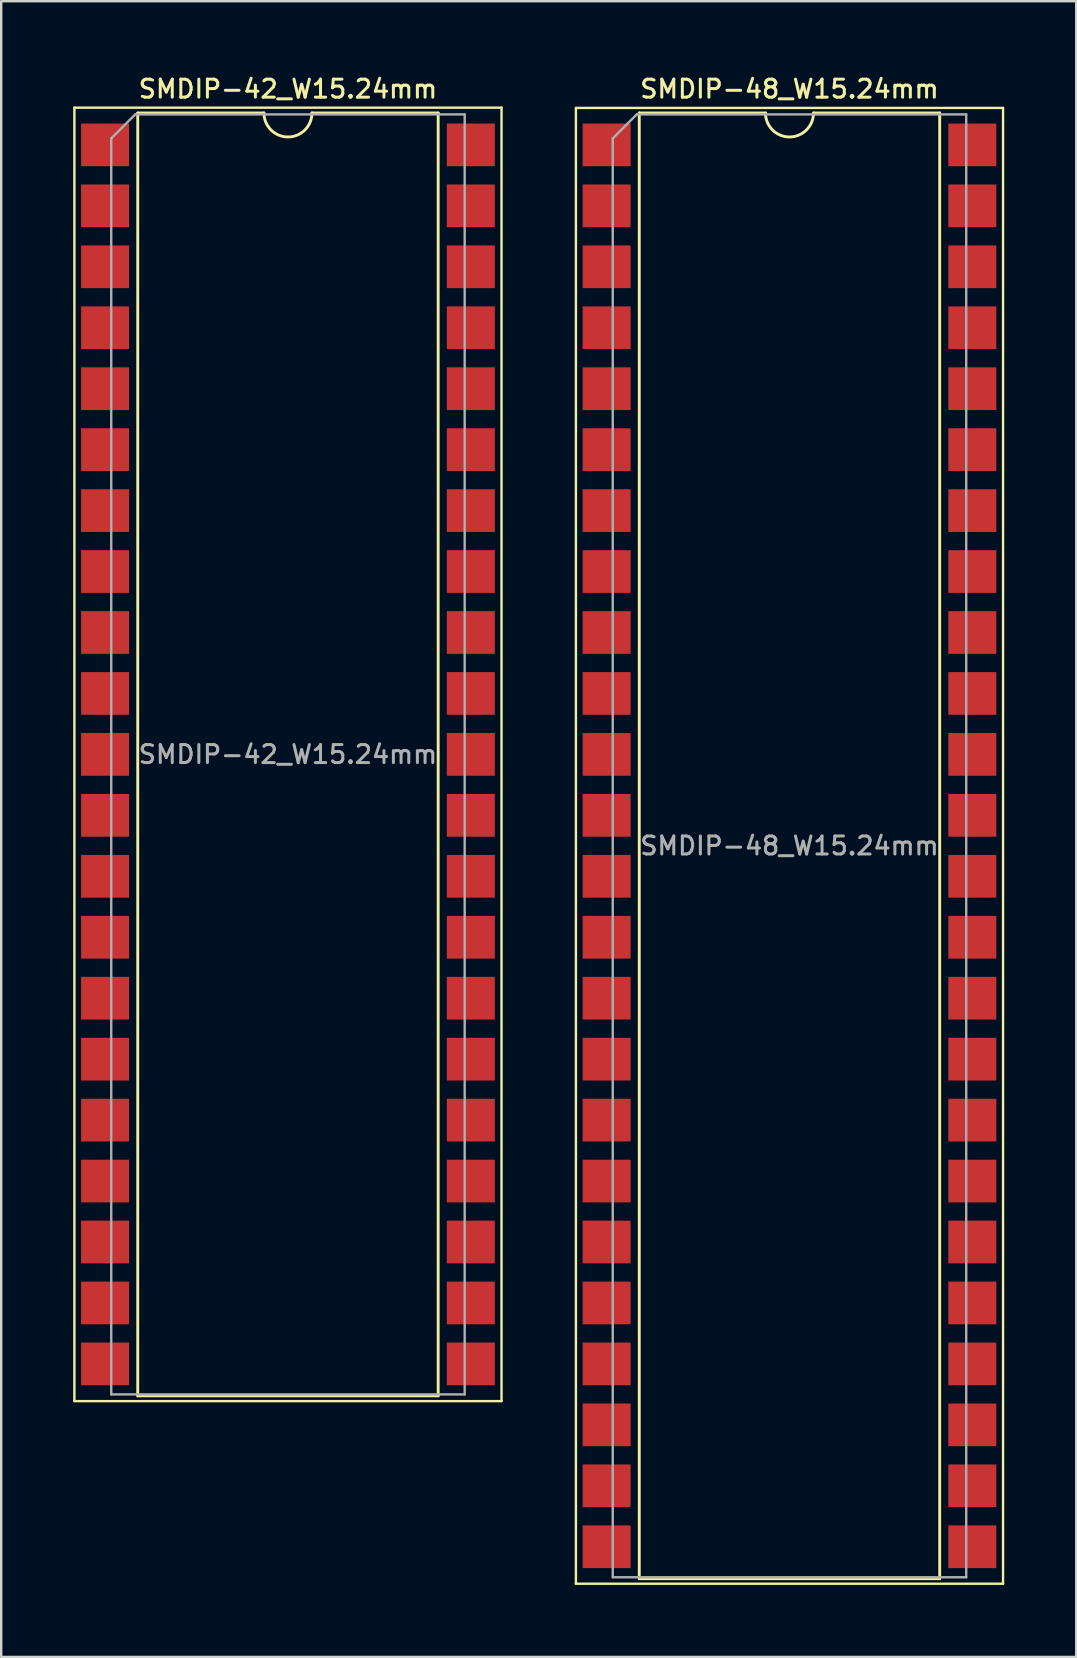
<source format=kicad_pcb>
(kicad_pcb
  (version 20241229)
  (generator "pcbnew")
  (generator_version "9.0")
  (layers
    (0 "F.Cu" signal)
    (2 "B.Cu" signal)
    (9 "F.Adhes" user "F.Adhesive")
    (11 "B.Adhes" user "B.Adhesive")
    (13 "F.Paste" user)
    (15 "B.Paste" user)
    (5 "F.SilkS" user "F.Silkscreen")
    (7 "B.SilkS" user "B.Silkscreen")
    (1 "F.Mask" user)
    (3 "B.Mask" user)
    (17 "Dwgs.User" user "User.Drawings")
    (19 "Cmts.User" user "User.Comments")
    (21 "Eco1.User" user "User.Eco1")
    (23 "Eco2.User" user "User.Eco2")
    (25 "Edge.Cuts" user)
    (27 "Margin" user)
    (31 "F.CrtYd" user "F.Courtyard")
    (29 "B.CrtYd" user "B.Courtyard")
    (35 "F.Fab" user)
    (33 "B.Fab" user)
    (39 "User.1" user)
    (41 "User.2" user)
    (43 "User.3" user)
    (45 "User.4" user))
  (footprint "SMDIP-42_W15.24mm"
    (layer "F.Cu")
    (at 8.95 28.388)
    (property "Reference" "SMDIP-42_W15.24mm" (at 0 -27.73 0) (layer "F.SilkS") (effects (font (size 0.75 0.75) (thickness 0.125))))
    (attr smd)
    (fp_line (start -8.9 -26.95) (end -8.9 26.95) (stroke (width 0.1) (type solid)) (layer "F.SilkS"))
    (fp_line (start -8.9 26.95) (end 8.9 26.95) (stroke (width 0.1) (type solid)) (layer "F.SilkS"))
    (fp_line (start -6.26 -26.73) (end -6.26 26.73) (stroke (width 0.12) (type solid)) (layer "F.SilkS"))
    (fp_line (start -6.26 26.73) (end 6.26 26.73) (stroke (width 0.12) (type solid)) (layer "F.SilkS"))
    (fp_line (start -1 -26.73) (end -6.26 -26.73) (stroke (width 0.12) (type solid)) (layer "F.SilkS"))
    (fp_line (start 6.26 -26.73) (end 1 -26.73) (stroke (width 0.12) (type solid)) (layer "F.SilkS"))
    (fp_line (start 6.26 26.73) (end 6.26 -26.73) (stroke (width 0.12) (type solid)) (layer "F.SilkS"))
    (fp_line (start 8.9 -26.95) (end -8.9 -26.95) (stroke (width 0.1) (type solid)) (layer "F.SilkS"))
    (fp_line (start 8.9 26.95) (end 8.9 -26.95) (stroke (width 0.1) (type solid)) (layer "F.SilkS"))
    (fp_arc (start 1 -26.73) (mid 0 -25.73) (end -1 -26.73) (stroke (width 0.12) (type solid)) (layer "F.SilkS"))
    (fp_line (start -7.365 -25.67) (end -6.365 -26.67) (stroke (width 0.1) (type solid)) (layer "F.Fab"))
    (fp_line (start -7.365 26.67) (end -7.365 -25.67) (stroke (width 0.1) (type solid)) (layer "F.Fab"))
    (fp_line (start -6.365 -26.67) (end 7.365 -26.67) (stroke (width 0.1) (type solid)) (layer "F.Fab"))
    (fp_line (start 7.365 -26.67) (end 7.365 26.67) (stroke (width 0.1) (type solid)) (layer "F.Fab"))
    (fp_line (start 7.365 26.67) (end -7.365 26.67) (stroke (width 0.1) (type solid)) (layer "F.Fab"))
    (fp_text user "${REFERENCE}" (at 0 0 0) (layer "F.Fab") (effects (font (size 0.75 0.75) (thickness 0.125))))
    (pad "1" smd rect (at -7.62 -25.4) (size 2 1.78) (layers "F.Cu" "F.Mask" "F.Paste"))
    (pad "2" smd rect (at -7.62 -22.86) (size 2 1.78) (layers "F.Cu" "F.Mask" "F.Paste"))
    (pad "3" smd rect (at -7.62 -20.32) (size 2 1.78) (layers "F.Cu" "F.Mask" "F.Paste"))
    (pad "4" smd rect (at -7.62 -17.78) (size 2 1.78) (layers "F.Cu" "F.Mask" "F.Paste"))
    (pad "5" smd rect (at -7.62 -15.24) (size 2 1.78) (layers "F.Cu" "F.Mask" "F.Paste"))
    (pad "6" smd rect (at -7.62 -12.7) (size 2 1.78) (layers "F.Cu" "F.Mask" "F.Paste"))
    (pad "7" smd rect (at -7.62 -10.16) (size 2 1.78) (layers "F.Cu" "F.Mask" "F.Paste"))
    (pad "8" smd rect (at -7.62 -7.62) (size 2 1.78) (layers "F.Cu" "F.Mask" "F.Paste"))
    (pad "9" smd rect (at -7.62 -5.08) (size 2 1.78) (layers "F.Cu" "F.Mask" "F.Paste"))
    (pad "10" smd rect (at -7.62 -2.54) (size 2 1.78) (layers "F.Cu" "F.Mask" "F.Paste"))
    (pad "11" smd rect (at -7.62 0) (size 2 1.78) (layers "F.Cu" "F.Mask" "F.Paste"))
    (pad "12" smd rect (at -7.62 2.54) (size 2 1.78) (layers "F.Cu" "F.Mask" "F.Paste"))
    (pad "13" smd rect (at -7.62 5.08) (size 2 1.78) (layers "F.Cu" "F.Mask" "F.Paste"))
    (pad "14" smd rect (at -7.62 7.62) (size 2 1.78) (layers "F.Cu" "F.Mask" "F.Paste"))
    (pad "15" smd rect (at -7.62 10.16) (size 2 1.78) (layers "F.Cu" "F.Mask" "F.Paste"))
    (pad "16" smd rect (at -7.62 12.7) (size 2 1.78) (layers "F.Cu" "F.Mask" "F.Paste"))
    (pad "17" smd rect (at -7.62 15.24) (size 2 1.78) (layers "F.Cu" "F.Mask" "F.Paste"))
    (pad "18" smd rect (at -7.62 17.78) (size 2 1.78) (layers "F.Cu" "F.Mask" "F.Paste"))
    (pad "19" smd rect (at -7.62 20.32) (size 2 1.78) (layers "F.Cu" "F.Mask" "F.Paste"))
    (pad "20" smd rect (at -7.62 22.86) (size 2 1.78) (layers "F.Cu" "F.Mask" "F.Paste"))
    (pad "21" smd rect (at -7.62 25.4) (size 2 1.78) (layers "F.Cu" "F.Mask" "F.Paste"))
    (pad "22" smd rect (at 7.62 25.4) (size 2 1.78) (layers "F.Cu" "F.Mask" "F.Paste"))
    (pad "23" smd rect (at 7.62 22.86) (size 2 1.78) (layers "F.Cu" "F.Mask" "F.Paste"))
    (pad "24" smd rect (at 7.62 20.32) (size 2 1.78) (layers "F.Cu" "F.Mask" "F.Paste"))
    (pad "25" smd rect (at 7.62 17.78) (size 2 1.78) (layers "F.Cu" "F.Mask" "F.Paste"))
    (pad "26" smd rect (at 7.62 15.24) (size 2 1.78) (layers "F.Cu" "F.Mask" "F.Paste"))
    (pad "27" smd rect (at 7.62 12.7) (size 2 1.78) (layers "F.Cu" "F.Mask" "F.Paste"))
    (pad "28" smd rect (at 7.62 10.16) (size 2 1.78) (layers "F.Cu" "F.Mask" "F.Paste"))
    (pad "29" smd rect (at 7.62 7.62) (size 2 1.78) (layers "F.Cu" "F.Mask" "F.Paste"))
    (pad "30" smd rect (at 7.62 5.08) (size 2 1.78) (layers "F.Cu" "F.Mask" "F.Paste"))
    (pad "31" smd rect (at 7.62 2.54) (size 2 1.78) (layers "F.Cu" "F.Mask" "F.Paste"))
    (pad "32" smd rect (at 7.62 0) (size 2 1.78) (layers "F.Cu" "F.Mask" "F.Paste"))
    (pad "33" smd rect (at 7.62 -2.54) (size 2 1.78) (layers "F.Cu" "F.Mask" "F.Paste"))
    (pad "34" smd rect (at 7.62 -5.08) (size 2 1.78) (layers "F.Cu" "F.Mask" "F.Paste"))
    (pad "35" smd rect (at 7.62 -7.62) (size 2 1.78) (layers "F.Cu" "F.Mask" "F.Paste"))
    (pad "36" smd rect (at 7.62 -10.16) (size 2 1.78) (layers "F.Cu" "F.Mask" "F.Paste"))
    (pad "37" smd rect (at 7.62 -12.7) (size 2 1.78) (layers "F.Cu" "F.Mask" "F.Paste"))
    (pad "38" smd rect (at 7.62 -15.24) (size 2 1.78) (layers "F.Cu" "F.Mask" "F.Paste"))
    (pad "39" smd rect (at 7.62 -17.78) (size 2 1.78) (layers "F.Cu" "F.Mask" "F.Paste"))
    (pad "40" smd rect (at 7.62 -20.32) (size 2 1.78) (layers "F.Cu" "F.Mask" "F.Paste"))
    (pad "41" smd rect (at 7.62 -22.86) (size 2 1.78) (layers "F.Cu" "F.Mask" "F.Paste"))
    (pad "42" smd rect (at 7.62 -25.4) (size 2 1.78) (layers "F.Cu" "F.Mask" "F.Paste")))
  (footprint "SMDIP-48_W15.24mm"
    (layer "F.Cu")
    (at 29.85 32.198)
    (property "Reference" "SMDIP-48_W15.24mm" (at 0 -31.54 0) (layer "F.SilkS") (effects (font (size 0.75 0.75) (thickness 0.125))))
    (attr smd)
    (fp_line (start -8.9 -30.75) (end -8.9 30.75) (stroke (width 0.1) (type solid)) (layer "F.SilkS"))
    (fp_line (start -8.9 30.75) (end 8.9 30.75) (stroke (width 0.1) (type solid)) (layer "F.SilkS"))
    (fp_line (start -6.26 -30.54) (end -6.26 30.54) (stroke (width 0.12) (type solid)) (layer "F.SilkS"))
    (fp_line (start -6.26 30.54) (end 6.26 30.54) (stroke (width 0.12) (type solid)) (layer "F.SilkS"))
    (fp_line (start -1 -30.54) (end -6.26 -30.54) (stroke (width 0.12) (type solid)) (layer "F.SilkS"))
    (fp_line (start 6.26 -30.54) (end 1 -30.54) (stroke (width 0.12) (type solid)) (layer "F.SilkS"))
    (fp_line (start 6.26 30.54) (end 6.26 -30.54) (stroke (width 0.12) (type solid)) (layer "F.SilkS"))
    (fp_line (start 8.9 -30.75) (end -8.9 -30.75) (stroke (width 0.1) (type solid)) (layer "F.SilkS"))
    (fp_line (start 8.9 30.75) (end 8.9 -30.75) (stroke (width 0.1) (type solid)) (layer "F.SilkS"))
    (fp_arc (start 1 -30.54) (mid 0 -29.54) (end -1 -30.54) (stroke (width 0.12) (type solid)) (layer "F.SilkS"))
    (fp_line (start -7.365 -29.48) (end -6.365 -30.48) (stroke (width 0.1) (type solid)) (layer "F.Fab"))
    (fp_line (start -7.365 30.48) (end -7.365 -29.48) (stroke (width 0.1) (type solid)) (layer "F.Fab"))
    (fp_line (start -6.365 -30.48) (end 7.365 -30.48) (stroke (width 0.1) (type solid)) (layer "F.Fab"))
    (fp_line (start 7.365 -30.48) (end 7.365 30.48) (stroke (width 0.1) (type solid)) (layer "F.Fab"))
    (fp_line (start 7.365 30.48) (end -7.365 30.48) (stroke (width 0.1) (type solid)) (layer "F.Fab"))
    (fp_text user "${REFERENCE}" (at 0 0 0) (layer "F.Fab") (effects (font (size 0.75 0.75) (thickness 0.125))))
    (pad "1" smd rect (at -7.62 -29.21) (size 2 1.78) (layers "F.Cu" "F.Mask" "F.Paste"))
    (pad "2" smd rect (at -7.62 -26.67) (size 2 1.78) (layers "F.Cu" "F.Mask" "F.Paste"))
    (pad "3" smd rect (at -7.62 -24.13) (size 2 1.78) (layers "F.Cu" "F.Mask" "F.Paste"))
    (pad "4" smd rect (at -7.62 -21.59) (size 2 1.78) (layers "F.Cu" "F.Mask" "F.Paste"))
    (pad "5" smd rect (at -7.62 -19.05) (size 2 1.78) (layers "F.Cu" "F.Mask" "F.Paste"))
    (pad "6" smd rect (at -7.62 -16.51) (size 2 1.78) (layers "F.Cu" "F.Mask" "F.Paste"))
    (pad "7" smd rect (at -7.62 -13.97) (size 2 1.78) (layers "F.Cu" "F.Mask" "F.Paste"))
    (pad "8" smd rect (at -7.62 -11.43) (size 2 1.78) (layers "F.Cu" "F.Mask" "F.Paste"))
    (pad "9" smd rect (at -7.62 -8.89) (size 2 1.78) (layers "F.Cu" "F.Mask" "F.Paste"))
    (pad "10" smd rect (at -7.62 -6.35) (size 2 1.78) (layers "F.Cu" "F.Mask" "F.Paste"))
    (pad "11" smd rect (at -7.62 -3.81) (size 2 1.78) (layers "F.Cu" "F.Mask" "F.Paste"))
    (pad "12" smd rect (at -7.62 -1.27) (size 2 1.78) (layers "F.Cu" "F.Mask" "F.Paste"))
    (pad "13" smd rect (at -7.62 1.27) (size 2 1.78) (layers "F.Cu" "F.Mask" "F.Paste"))
    (pad "14" smd rect (at -7.62 3.81) (size 2 1.78) (layers "F.Cu" "F.Mask" "F.Paste"))
    (pad "15" smd rect (at -7.62 6.35) (size 2 1.78) (layers "F.Cu" "F.Mask" "F.Paste"))
    (pad "16" smd rect (at -7.62 8.89) (size 2 1.78) (layers "F.Cu" "F.Mask" "F.Paste"))
    (pad "17" smd rect (at -7.62 11.43) (size 2 1.78) (layers "F.Cu" "F.Mask" "F.Paste"))
    (pad "18" smd rect (at -7.62 13.97) (size 2 1.78) (layers "F.Cu" "F.Mask" "F.Paste"))
    (pad "19" smd rect (at -7.62 16.51) (size 2 1.78) (layers "F.Cu" "F.Mask" "F.Paste"))
    (pad "20" smd rect (at -7.62 19.05) (size 2 1.78) (layers "F.Cu" "F.Mask" "F.Paste"))
    (pad "21" smd rect (at -7.62 21.59) (size 2 1.78) (layers "F.Cu" "F.Mask" "F.Paste"))
    (pad "22" smd rect (at -7.62 24.13) (size 2 1.78) (layers "F.Cu" "F.Mask" "F.Paste"))
    (pad "23" smd rect (at -7.62 26.67) (size 2 1.78) (layers "F.Cu" "F.Mask" "F.Paste"))
    (pad "24" smd rect (at -7.62 29.21) (size 2 1.78) (layers "F.Cu" "F.Mask" "F.Paste"))
    (pad "25" smd rect (at 7.62 29.21) (size 2 1.78) (layers "F.Cu" "F.Mask" "F.Paste"))
    (pad "26" smd rect (at 7.62 26.67) (size 2 1.78) (layers "F.Cu" "F.Mask" "F.Paste"))
    (pad "27" smd rect (at 7.62 24.13) (size 2 1.78) (layers "F.Cu" "F.Mask" "F.Paste"))
    (pad "28" smd rect (at 7.62 21.59) (size 2 1.78) (layers "F.Cu" "F.Mask" "F.Paste"))
    (pad "29" smd rect (at 7.62 19.05) (size 2 1.78) (layers "F.Cu" "F.Mask" "F.Paste"))
    (pad "30" smd rect (at 7.62 16.51) (size 2 1.78) (layers "F.Cu" "F.Mask" "F.Paste"))
    (pad "31" smd rect (at 7.62 13.97) (size 2 1.78) (layers "F.Cu" "F.Mask" "F.Paste"))
    (pad "32" smd rect (at 7.62 11.43) (size 2 1.78) (layers "F.Cu" "F.Mask" "F.Paste"))
    (pad "33" smd rect (at 7.62 8.89) (size 2 1.78) (layers "F.Cu" "F.Mask" "F.Paste"))
    (pad "34" smd rect (at 7.62 6.35) (size 2 1.78) (layers "F.Cu" "F.Mask" "F.Paste"))
    (pad "35" smd rect (at 7.62 3.81) (size 2 1.78) (layers "F.Cu" "F.Mask" "F.Paste"))
    (pad "36" smd rect (at 7.62 1.27) (size 2 1.78) (layers "F.Cu" "F.Mask" "F.Paste"))
    (pad "37" smd rect (at 7.62 -1.27) (size 2 1.78) (layers "F.Cu" "F.Mask" "F.Paste"))
    (pad "38" smd rect (at 7.62 -3.81) (size 2 1.78) (layers "F.Cu" "F.Mask" "F.Paste"))
    (pad "39" smd rect (at 7.62 -6.35) (size 2 1.78) (layers "F.Cu" "F.Mask" "F.Paste"))
    (pad "40" smd rect (at 7.62 -8.89) (size 2 1.78) (layers "F.Cu" "F.Mask" "F.Paste"))
    (pad "41" smd rect (at 7.62 -11.43) (size 2 1.78) (layers "F.Cu" "F.Mask" "F.Paste"))
    (pad "42" smd rect (at 7.62 -13.97) (size 2 1.78) (layers "F.Cu" "F.Mask" "F.Paste"))
    (pad "43" smd rect (at 7.62 -16.51) (size 2 1.78) (layers "F.Cu" "F.Mask" "F.Paste"))
    (pad "44" smd rect (at 7.62 -19.05) (size 2 1.78) (layers "F.Cu" "F.Mask" "F.Paste"))
    (pad "45" smd rect (at 7.62 -21.59) (size 2 1.78) (layers "F.Cu" "F.Mask" "F.Paste"))
    (pad "46" smd rect (at 7.62 -24.13) (size 2 1.78) (layers "F.Cu" "F.Mask" "F.Paste"))
    (pad "47" smd rect (at 7.62 -26.67) (size 2 1.78) (layers "F.Cu" "F.Mask" "F.Paste"))
    (pad "48" smd rect (at 7.62 -29.21) (size 2 1.78) (layers "F.Cu" "F.Mask" "F.Paste")))
  (gr_rect
    (start -3 -3)
    (end 41.8 65.998)
    (stroke (width 0.1) (type default))
    (fill no)
    (layer "Edge.Cuts")))
</source>
